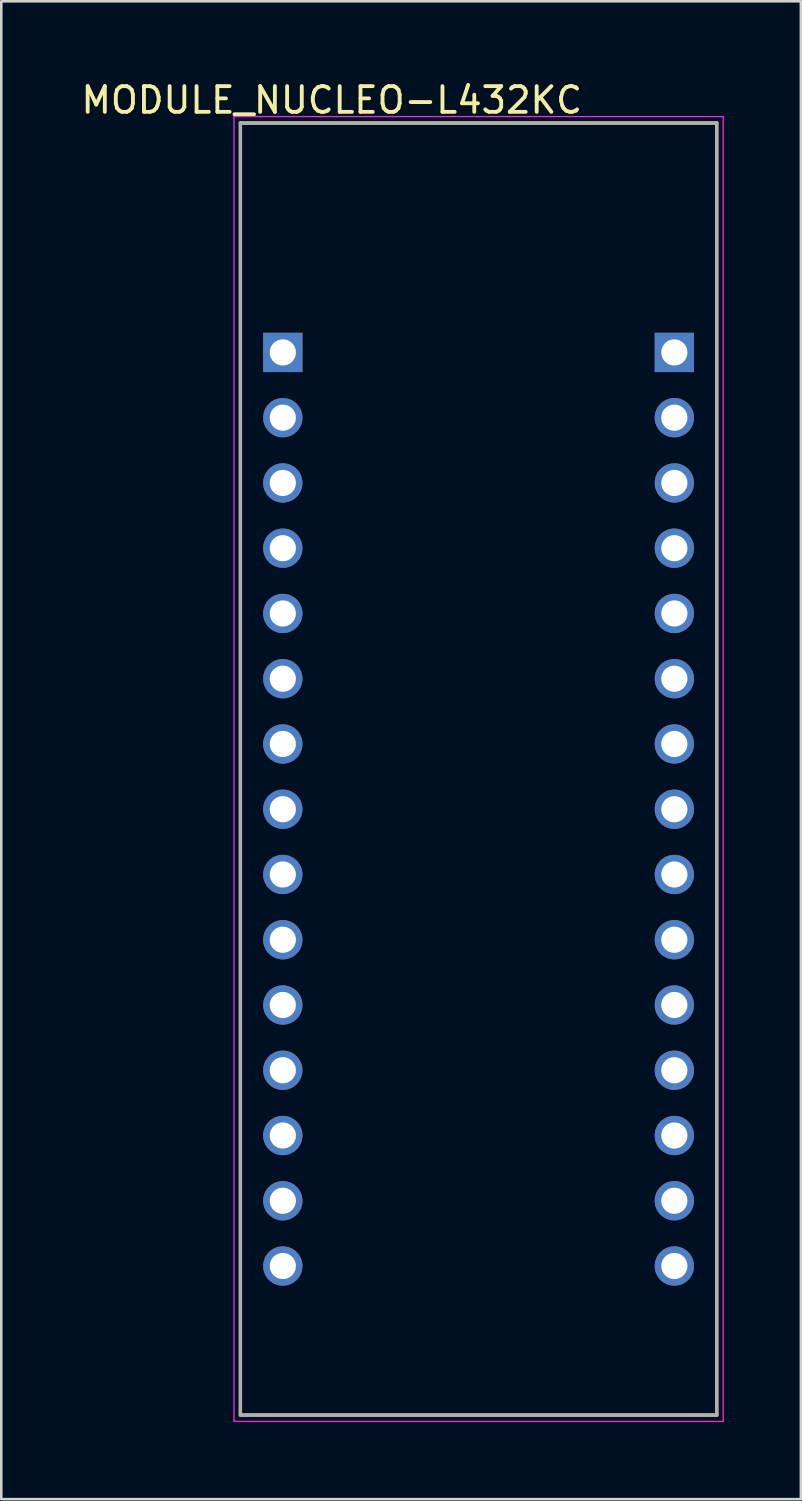
<source format=kicad_pcb>
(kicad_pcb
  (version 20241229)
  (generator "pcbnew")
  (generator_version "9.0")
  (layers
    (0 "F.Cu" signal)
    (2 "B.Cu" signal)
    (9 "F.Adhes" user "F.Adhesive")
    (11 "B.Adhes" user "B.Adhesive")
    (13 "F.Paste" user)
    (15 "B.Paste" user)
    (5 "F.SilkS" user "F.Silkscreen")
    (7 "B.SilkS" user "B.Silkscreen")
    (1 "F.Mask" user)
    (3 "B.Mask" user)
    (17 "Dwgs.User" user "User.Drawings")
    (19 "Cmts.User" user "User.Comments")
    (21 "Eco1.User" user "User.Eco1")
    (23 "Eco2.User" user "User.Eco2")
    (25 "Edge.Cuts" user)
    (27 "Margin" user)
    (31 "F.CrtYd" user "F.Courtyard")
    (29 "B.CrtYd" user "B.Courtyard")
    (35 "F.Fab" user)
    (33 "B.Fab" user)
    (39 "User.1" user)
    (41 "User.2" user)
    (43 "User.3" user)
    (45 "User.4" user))
  (footprint "MODULE_NUCLEO-L432KC"
    (layer "F.Cu")
    (at 15.578 26.883)
    (property "Reference" "MODULE_NUCLEO-L432KC" (at -5.715 -26.035 0) (layer "F.SilkS") (effects (font (size 1 1) (thickness 0.15))))
    (attr through_hole)
    (fp_line (start -9.27 -25.145) (end 9.27 -25.145) (stroke (width 0.127) (type solid)) (layer "F.SilkS"))
    (fp_line (start -9.27 25.145) (end -9.27 -25.145) (stroke (width 0.127) (type solid)) (layer "F.SilkS"))
    (fp_line (start 9.27 -25.145) (end 9.27 25.145) (stroke (width 0.127) (type solid)) (layer "F.SilkS"))
    (fp_line (start 9.27 25.145) (end -9.27 25.145) (stroke (width 0.127) (type solid)) (layer "F.SilkS"))
    (fp_line (start -9.52 -25.395) (end 9.52 -25.395) (stroke (width 0.05) (type solid)) (layer "F.CrtYd"))
    (fp_line (start -9.52 25.395) (end -9.52 -25.395) (stroke (width 0.05) (type solid)) (layer "F.CrtYd"))
    (fp_line (start 9.52 -25.395) (end 9.52 25.395) (stroke (width 0.05) (type solid)) (layer "F.CrtYd"))
    (fp_line (start 9.52 25.395) (end -9.52 25.395) (stroke (width 0.05) (type solid)) (layer "F.CrtYd"))
    (fp_line (start -9.27 -25.145) (end 9.27 -25.145) (stroke (width 0.127) (type solid)) (layer "F.Fab"))
    (fp_line (start -9.27 25.145) (end -9.27 -25.145) (stroke (width 0.127) (type solid)) (layer "F.Fab"))
    (fp_line (start 9.27 -25.145) (end 9.27 25.145) (stroke (width 0.127) (type solid)) (layer "F.Fab"))
    (fp_line (start 9.27 25.145) (end -9.27 25.145) (stroke (width 0.127) (type solid)) (layer "F.Fab"))
    (pad "1" thru_hole rect (at -7.62 -16.215) (size 1.53 1.53) (drill 1.02) (layers "*.Cu" "*.Mask"))
    (pad "2" thru_hole circle (at -7.62 -13.675) (size 1.53 1.53) (drill 1.02) (layers "*.Cu" "*.Mask"))
    (pad "3" thru_hole circle (at -7.62 -11.135) (size 1.53 1.53) (drill 1.02) (layers "*.Cu" "*.Mask"))
    (pad "4" thru_hole circle (at -7.62 -8.595) (size 1.53 1.53) (drill 1.02) (layers "*.Cu" "*.Mask"))
    (pad "5" thru_hole circle (at -7.62 -6.055) (size 1.53 1.53) (drill 1.02) (layers "*.Cu" "*.Mask"))
    (pad "6" thru_hole circle (at -7.62 -3.515) (size 1.53 1.53) (drill 1.02) (layers "*.Cu" "*.Mask"))
    (pad "7" thru_hole circle (at -7.62 -0.975) (size 1.53 1.53) (drill 1.02) (layers "*.Cu" "*.Mask"))
    (pad "8" thru_hole circle (at -7.62 1.565) (size 1.53 1.53) (drill 1.02) (layers "*.Cu" "*.Mask"))
    (pad "9" thru_hole circle (at -7.62 4.105) (size 1.53 1.53) (drill 1.02) (layers "*.Cu" "*.Mask"))
    (pad "10" thru_hole circle (at -7.62 6.645) (size 1.53 1.53) (drill 1.02) (layers "*.Cu" "*.Mask"))
    (pad "11" thru_hole circle (at -7.62 9.185) (size 1.53 1.53) (drill 1.02) (layers "*.Cu" "*.Mask"))
    (pad "12" thru_hole circle (at -7.62 11.725) (size 1.53 1.53) (drill 1.02) (layers "*.Cu" "*.Mask"))
    (pad "13" thru_hole circle (at -7.62 14.265) (size 1.53 1.53) (drill 1.02) (layers "*.Cu" "*.Mask"))
    (pad "14" thru_hole circle (at -7.62 16.805) (size 1.53 1.53) (drill 1.02) (layers "*.Cu" "*.Mask"))
    (pad "15" thru_hole circle (at -7.62 19.345) (size 1.53 1.53) (drill 1.02) (layers "*.Cu" "*.Mask"))
    (pad "16" thru_hole circle (at 7.62 19.345) (size 1.53 1.53) (drill 1.02) (layers "*.Cu" "*.Mask"))
    (pad "17" thru_hole circle (at 7.62 16.805) (size 1.53 1.53) (drill 1.02) (layers "*.Cu" "*.Mask"))
    (pad "18" thru_hole circle (at 7.62 14.265) (size 1.53 1.53) (drill 1.02) (layers "*.Cu" "*.Mask"))
    (pad "19" thru_hole circle (at 7.62 11.725) (size 1.53 1.53) (drill 1.02) (layers "*.Cu" "*.Mask"))
    (pad "20" thru_hole circle (at 7.62 9.185) (size 1.53 1.53) (drill 1.02) (layers "*.Cu" "*.Mask"))
    (pad "21" thru_hole circle (at 7.62 6.645) (size 1.53 1.53) (drill 1.02) (layers "*.Cu" "*.Mask"))
    (pad "22" thru_hole circle (at 7.62 4.105) (size 1.53 1.53) (drill 1.02) (layers "*.Cu" "*.Mask"))
    (pad "23" thru_hole circle (at 7.62 1.565) (size 1.53 1.53) (drill 1.02) (layers "*.Cu" "*.Mask"))
    (pad "24" thru_hole circle (at 7.62 -0.975) (size 1.53 1.53) (drill 1.02) (layers "*.Cu" "*.Mask"))
    (pad "25" thru_hole circle (at 7.62 -3.515) (size 1.53 1.53) (drill 1.02) (layers "*.Cu" "*.Mask"))
    (pad "26" thru_hole circle (at 7.62 -6.055) (size 1.53 1.53) (drill 1.02) (layers "*.Cu" "*.Mask"))
    (pad "27" thru_hole circle (at 7.62 -8.595) (size 1.53 1.53) (drill 1.02) (layers "*.Cu" "*.Mask"))
    (pad "28" thru_hole circle (at 7.62 -11.135) (size 1.53 1.53) (drill 1.02) (layers "*.Cu" "*.Mask"))
    (pad "29" thru_hole circle (at 7.62 -13.675) (size 1.53 1.53) (drill 1.02) (layers "*.Cu" "*.Mask"))
    (pad "30" thru_hole rect (at 7.62 -16.215) (size 1.53 1.53) (drill 1.02) (layers "*.Cu" "*.Mask")))
  (gr_rect
    (start -3 -3)
    (end 28.123 55.303)
    (stroke (width 0.1) (type default))
    (fill no)
    (layer "Edge.Cuts")))
</source>
